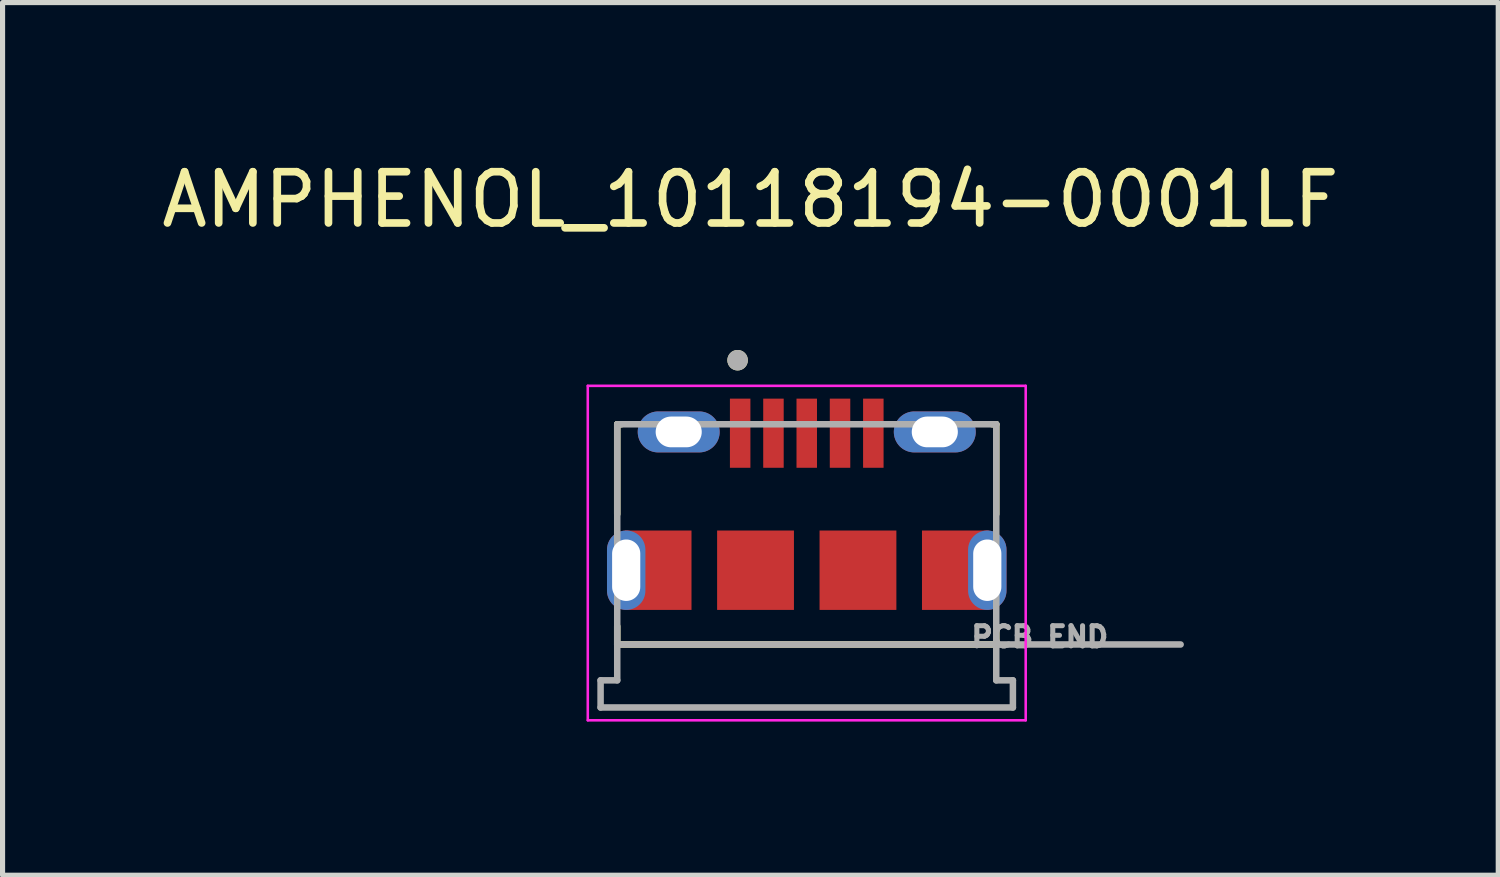
<source format=kicad_pcb>
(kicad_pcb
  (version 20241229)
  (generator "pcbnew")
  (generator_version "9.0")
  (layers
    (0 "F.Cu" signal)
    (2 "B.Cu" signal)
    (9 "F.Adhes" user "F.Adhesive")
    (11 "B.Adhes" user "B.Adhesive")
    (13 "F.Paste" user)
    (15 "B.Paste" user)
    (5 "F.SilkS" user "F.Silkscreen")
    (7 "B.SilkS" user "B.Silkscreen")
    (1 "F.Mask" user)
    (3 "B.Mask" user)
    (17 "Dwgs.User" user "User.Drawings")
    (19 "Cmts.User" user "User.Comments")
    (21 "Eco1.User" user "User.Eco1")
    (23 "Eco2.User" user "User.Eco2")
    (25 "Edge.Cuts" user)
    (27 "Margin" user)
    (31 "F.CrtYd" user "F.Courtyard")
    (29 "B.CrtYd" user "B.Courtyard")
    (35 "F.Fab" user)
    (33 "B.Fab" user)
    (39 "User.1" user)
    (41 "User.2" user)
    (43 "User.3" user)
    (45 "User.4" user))
  (footprint "AMPHENOL_10118194-0001LF"
    (layer "F.Cu")
    (at 12.701 8.083)
    (property "Reference" "AMPHENOL_10118194-0001LF" (at -1.1 -7.235 0) (layer "F.SilkS") (effects (font (size 1 1) (thickness 0.15))))
    (attr smd)
    (fp_line (start -3.7 -2.85) (end -3.7 -1.095) (stroke (width 0.127) (type solid)) (layer "F.SilkS"))
    (fp_line (start -3.7 -2.85) (end -3.62 -2.85) (stroke (width 0.127) (type solid)) (layer "F.SilkS"))
    (fp_line (start -3.7 1.45) (end -3.7 1.095) (stroke (width 0.127) (type solid)) (layer "F.SilkS"))
    (fp_line (start -3.7 1.45) (end 3.7 1.45) (stroke (width 0.127) (type solid)) (layer "F.SilkS"))
    (fp_line (start 3.62 -2.85) (end 3.7 -2.85) (stroke (width 0.127) (type solid)) (layer "F.SilkS"))
    (fp_line (start 3.7 -1.095) (end 3.7 -2.85) (stroke (width 0.127) (type solid)) (layer "F.SilkS"))
    (fp_line (start 3.7 1.45) (end 3.7 1.095) (stroke (width 0.127) (type solid)) (layer "F.SilkS"))
    (fp_circle (center -1.35 -4.1) (end -1.25 -4.1) (stroke (width 0.2) (type solid)) (fill no) (layer "F.SilkS"))
    (fp_line (start -4.275 -3.6) (end -4.275 2.93) (stroke (width 0.05) (type solid)) (layer "F.CrtYd"))
    (fp_line (start -4.275 2.93) (end 4.275 2.93) (stroke (width 0.05) (type solid)) (layer "F.CrtYd"))
    (fp_line (start 4.275 -3.6) (end -4.275 -3.6) (stroke (width 0.05) (type solid)) (layer "F.CrtYd"))
    (fp_line (start 4.275 2.93) (end 4.275 -3.6) (stroke (width 0.05) (type solid)) (layer "F.CrtYd"))
    (fp_line (start -4.025 2.15) (end -4.025 2.68) (stroke (width 0.127) (type solid)) (layer "F.Fab"))
    (fp_line (start -4.025 2.68) (end 4.025 2.68) (stroke (width 0.127) (type solid)) (layer "F.Fab"))
    (fp_line (start -3.7 -2.85) (end -3.7 1.45) (stroke (width 0.127) (type solid)) (layer "F.Fab"))
    (fp_line (start -3.7 -2.85) (end 3.7 -2.85) (stroke (width 0.127) (type solid)) (layer "F.Fab"))
    (fp_line (start -3.7 1.45) (end -3.7 2.15) (stroke (width 0.127) (type solid)) (layer "F.Fab"))
    (fp_line (start -3.7 1.45) (end 3.7 1.45) (stroke (width 0.127) (type solid)) (layer "F.Fab"))
    (fp_line (start -3.7 2.15) (end -4.025 2.15) (stroke (width 0.127) (type solid)) (layer "F.Fab"))
    (fp_line (start 3.7 1.45) (end 3.7 -2.85) (stroke (width 0.127) (type solid)) (layer "F.Fab"))
    (fp_line (start 3.7 1.45) (end 7.3 1.45) (stroke (width 0.127) (type solid)) (layer "F.Fab"))
    (fp_line (start 3.7 2.15) (end 3.7 1.45) (stroke (width 0.127) (type solid)) (layer "F.Fab"))
    (fp_line (start 4.025 2.15) (end 3.7 2.15) (stroke (width 0.127) (type solid)) (layer "F.Fab"))
    (fp_line (start 4.025 2.68) (end 4.025 2.15) (stroke (width 0.127) (type solid)) (layer "F.Fab"))
    (fp_circle (center -1.35 -4.1) (end -1.25 -4.1) (stroke (width 0.2) (type solid)) (fill no) (layer "F.Fab"))
    (fp_text user "PCB END" (at 4.55 1.3 0) (layer "F.Fab") (effects (font (size 0.394 0.394) (thickness 0.15))))
    (pad "1" smd rect (at -1.3 -2.675) (size 0.4 1.35) (layers "F.Cu" "F.Mask" "F.Paste"))
    (pad "2" smd rect (at -0.65 -2.675) (size 0.4 1.35) (layers "F.Cu" "F.Mask" "F.Paste"))
    (pad "3" smd rect (at 0 -2.675) (size 0.4 1.35) (layers "F.Cu" "F.Mask" "F.Paste"))
    (pad "4" smd rect (at 0.65 -2.675) (size 0.4 1.35) (layers "F.Cu" "F.Mask" "F.Paste"))
    (pad "5" smd rect (at 1.3 -2.675) (size 0.4 1.35) (layers "F.Cu" "F.Mask" "F.Paste"))
    (pad "S1" thru_hole oval (at -2.5 -2.7) (size 1.6 0.8) (drill oval 0.9 0.6) (layers "*.Cu" "*.Mask"))
    (pad "S2" thru_hole oval (at 2.5 -2.7) (size 1.6 0.8) (drill oval 0.9 0.6) (layers "*.Cu" "*.Mask"))
    (pad "S3" thru_hole oval (at -3.525 0) (size 0.75 1.55) (drill oval 0.55 1.2) (layers "*.Cu" "*.Mask"))
    (pad "S3" smd rect (at -2.9 0) (size 1.3 1.55) (layers "F.Cu" "F.Mask" "F.Paste"))
    (pad "S4" smd rect (at -1 0) (size 1.5 1.55) (layers "F.Cu" "F.Mask" "F.Paste"))
    (pad "S5" smd rect (at 1 0) (size 1.5 1.55) (layers "F.Cu" "F.Mask" "F.Paste"))
    (pad "S6" smd rect (at 2.9 0) (size 1.3 1.55) (layers "F.Cu" "F.Mask" "F.Paste"))
    (pad "S6" thru_hole oval (at 3.525 0 180) (size 0.75 1.55) (drill oval 0.55 1.2) (layers "*.Cu" "*.Mask")))
  (gr_rect
    (start -3 -3)
    (end 26.202 14.038)
    (stroke (width 0.1) (type default))
    (fill no)
    (layer "Edge.Cuts")))
</source>
